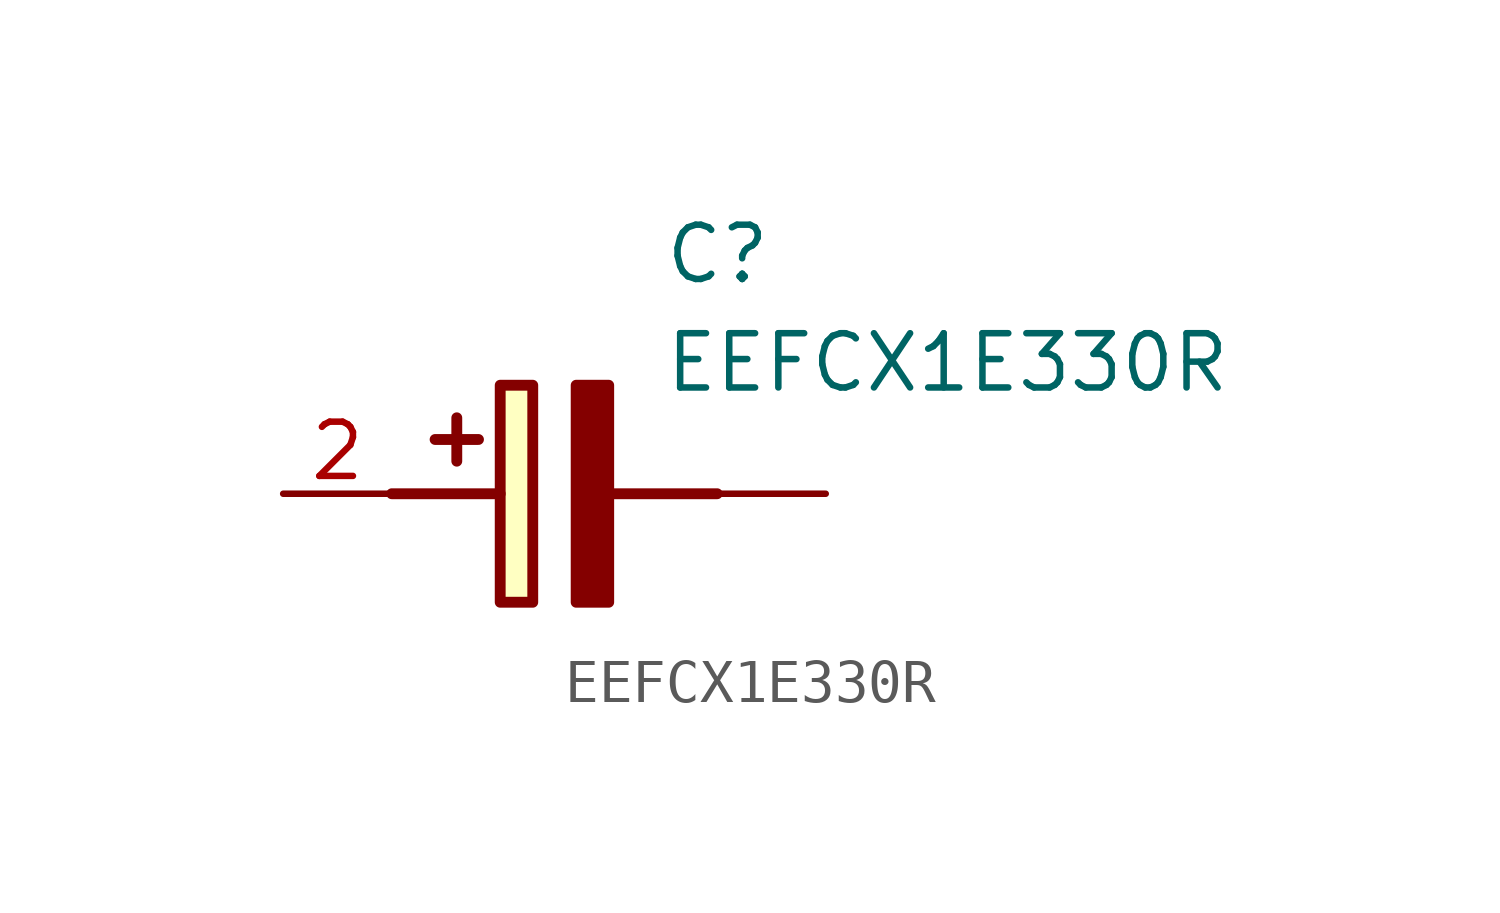
<source format=kicad_sym>
(kicad_symbol_lib
  (version 20211014)
  (generator SamacSys_ECAD_Model)
  (symbol "EEFCX1E330R"
    (pin_names hide)
    (property "Reference" "C"
      (at 8.89 6.35 0)
      (effects (font (size 1.27 1.27)) (justify left top)))
    (property "Value" "EEFCX1E330R"
      (at 8.89 3.81 0)
      (effects (font (size 1.27 1.27)) (justify left top)))
    (rectangle
      (start 5.08 2.54)
      (end 5.842 -2.54)
      (stroke (width 0.254) (type default))
      (fill (type background)))
    (polyline
      (pts (xy 4.572 1.27) (xy 3.556 1.27))
      (stroke (width 0.254) (type default))
      (fill (type none)))
    (polyline
      (pts (xy 4.064 1.778) (xy 4.064 0.762))
      (stroke (width 0.254) (type default))
      (fill (type none)))
    (polyline
      (pts (xy 2.54 0) (xy 5.08 0))
      (stroke (width 0.254) (type default))
      (fill (type none)))
    (polyline
      (pts (xy 7.62 0) (xy 10.16 0))
      (stroke (width 0.254) (type default))
      (fill (type none)))
    (polyline
      (pts (xy 7.62 2.54) (xy 7.62 -2.54) (xy 6.858 -2.54) (xy 6.858 2.54) (xy 7.62 2.54))
      (stroke (width 0.254) (type default))
      (fill (type outline)))
    (pin passive line
      (at 0 0 0)
      (length 2.54)
      (name "K" (effects (font (size 1.27 1.27))))
      (number "2" (effects (font (size 1.27 1.27)))))
    (pin passive line
      (at 12.7 0 180)
      (length 2.54)
      (name "" (effects (font (size 1.27 1.27))))
      (number "" (effects (font (size 1.27 1.27)))))))
</source>
